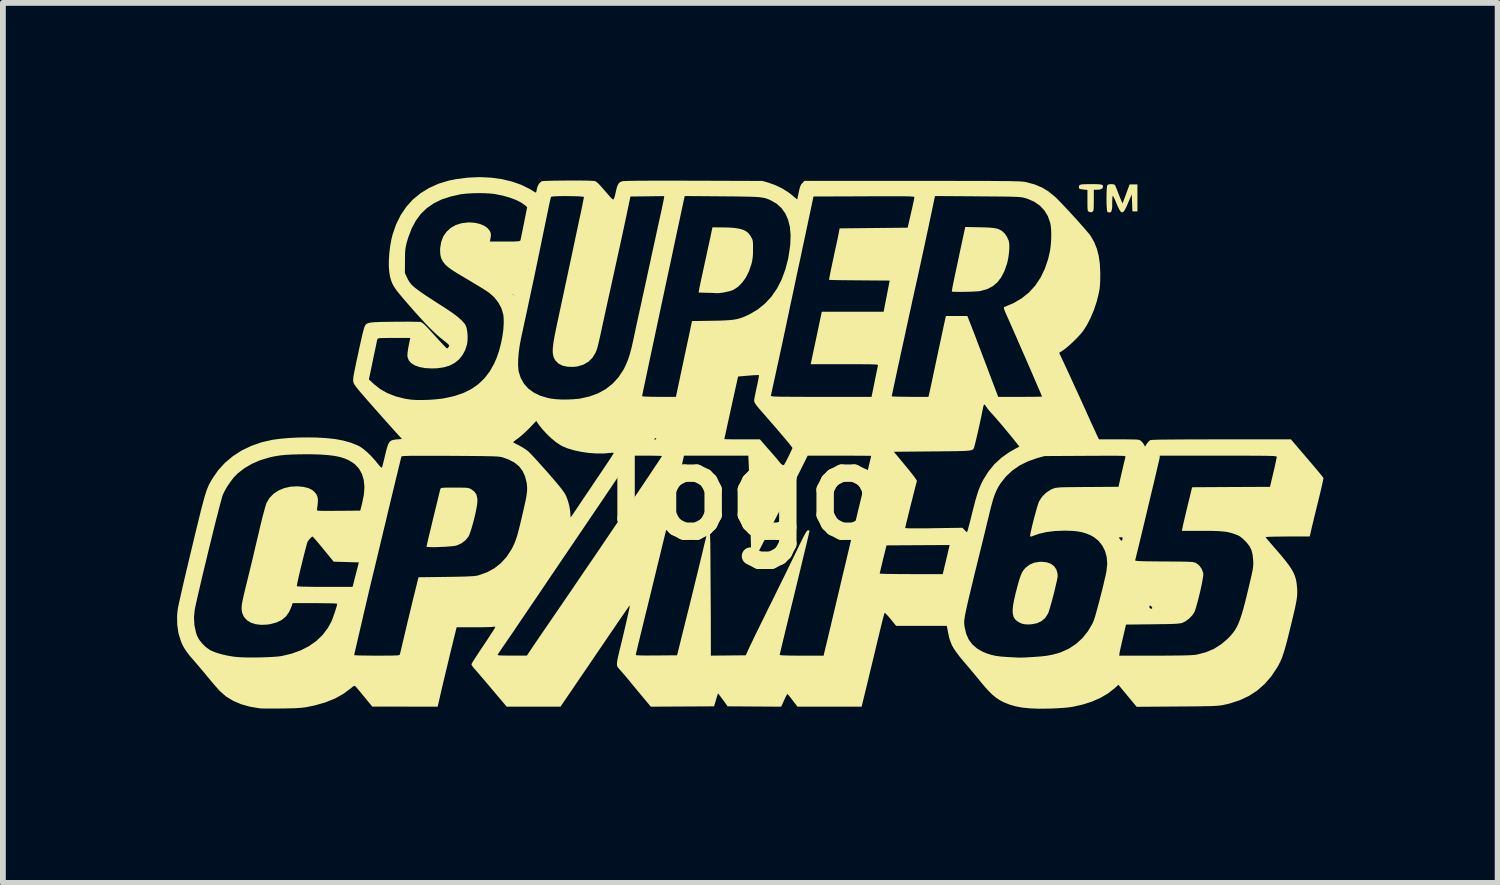
<source format=kicad_pcb>
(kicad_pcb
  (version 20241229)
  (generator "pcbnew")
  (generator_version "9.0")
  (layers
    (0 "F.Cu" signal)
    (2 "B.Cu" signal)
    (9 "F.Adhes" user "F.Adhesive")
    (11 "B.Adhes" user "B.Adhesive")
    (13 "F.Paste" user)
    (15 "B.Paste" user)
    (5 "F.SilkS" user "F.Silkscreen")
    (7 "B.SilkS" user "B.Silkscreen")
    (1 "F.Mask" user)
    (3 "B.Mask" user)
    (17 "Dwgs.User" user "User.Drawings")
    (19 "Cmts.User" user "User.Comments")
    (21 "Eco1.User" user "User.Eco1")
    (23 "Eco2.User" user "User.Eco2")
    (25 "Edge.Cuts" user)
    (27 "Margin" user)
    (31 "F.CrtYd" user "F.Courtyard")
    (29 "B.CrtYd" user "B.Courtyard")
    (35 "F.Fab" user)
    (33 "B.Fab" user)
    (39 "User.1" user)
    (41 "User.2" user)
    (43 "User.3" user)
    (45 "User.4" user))
  (footprint "logo"
    (layer "F.Cu")
    (at 9.803 5.42)
    (property "Reference" "logo" (at 0 0 0) (layer "F.SilkS") (effects (font (size 1.5 1.5) (thickness 0.3))))
    (attr board_only exclude_from_pos_files exclude_from_bom)
    (fp_poly (pts (xy 6.011 -5.299) (xy 6.066 -5.297) (xy 6.104 -5.293) (xy 6.127 -5.286) (xy 6.138 -5.276) (xy 6.142 -5.261) (xy 6.142 -5.256) (xy 6.133 -5.227) (xy 6.102 -5.209) (xy 6.051 -5.202) (xy 6.039 -5.202) (xy 5.984 -5.202) (xy 5.984 -5.019) (xy 5.983 -4.949) (xy 5.982 -4.898) (xy 5.98 -4.865) (xy 5.976 -4.844) (xy 5.97 -4.832) (xy 5.961 -4.825) (xy 5.96 -4.824) (xy 5.942 -4.815) (xy 5.929 -4.814) (xy 5.908 -4.821) (xy 5.901 -4.824) (xy 5.891 -4.829) (xy 5.883 -4.837) (xy 5.878 -4.853) (xy 5.876 -4.879) (xy 5.874 -4.919) (xy 5.874 -4.979) (xy 5.874 -5.017) (xy 5.874 -5.199) (xy 5.8 -5.207) (xy 5.76 -5.213) (xy 5.738 -5.219) (xy 5.729 -5.23) (xy 5.727 -5.248) (xy 5.727 -5.25) (xy 5.729 -5.268) (xy 5.737 -5.281) (xy 5.753 -5.29) (xy 5.783 -5.295) (xy 5.828 -5.298) (xy 5.892 -5.299) (xy 5.935 -5.299)) (stroke (width 0) (type solid)) (fill yes) (layer "F.SilkS"))
    (fp_poly (pts (xy 4.013 -4.556) (xy 4.112 -4.554) (xy 4.191 -4.55) (xy 4.253 -4.544) (xy 4.302 -4.536) (xy 4.341 -4.525) (xy 4.374 -4.509) (xy 4.402 -4.492) (xy 4.448 -4.45) (xy 4.488 -4.392) (xy 4.516 -4.329) (xy 4.52 -4.317) (xy 4.528 -4.264) (xy 4.529 -4.195) (xy 4.523 -4.116) (xy 4.512 -4.034) (xy 4.496 -3.955) (xy 4.488 -3.926) (xy 4.443 -3.799) (xy 4.388 -3.693) (xy 4.322 -3.607) (xy 4.243 -3.541) (xy 4.152 -3.493) (xy 4.045 -3.462) (xy 4.015 -3.456) (xy 3.982 -3.453) (xy 3.933 -3.45) (xy 3.874 -3.447) (xy 3.808 -3.445) (xy 3.74 -3.444) (xy 3.676 -3.443) (xy 3.619 -3.444) (xy 3.574 -3.445) (xy 3.546 -3.448) (xy 3.54 -3.449) (xy 3.539 -3.455) (xy 3.541 -3.47) (xy 3.545 -3.496) (xy 3.552 -3.534) (xy 3.562 -3.586) (xy 3.576 -3.653) (xy 3.593 -3.736) (xy 3.615 -3.838) (xy 3.641 -3.959) (xy 3.671 -4.101) (xy 3.704 -4.256) (xy 3.77 -4.561)) (stroke (width 0) (type solid)) (fill yes) (layer "F.SilkS"))
    (fp_poly (pts (xy 5.17 1.213) (xy 5.244 1.239) (xy 5.3 1.281) (xy 5.339 1.338) (xy 5.359 1.41) (xy 5.361 1.449) (xy 5.358 1.477) (xy 5.349 1.524) (xy 5.335 1.586) (xy 5.318 1.659) (xy 5.299 1.738) (xy 5.278 1.818) (xy 5.257 1.897) (xy 5.237 1.969) (xy 5.219 2.029) (xy 5.204 2.075) (xy 5.195 2.097) (xy 5.147 2.171) (xy 5.084 2.226) (xy 5.005 2.263) (xy 4.91 2.281) (xy 4.854 2.284) (xy 4.797 2.281) (xy 4.752 2.272) (xy 4.708 2.254) (xy 4.707 2.253) (xy 4.66 2.225) (xy 4.625 2.191) (xy 4.601 2.149) (xy 4.588 2.097) (xy 4.586 2.033) (xy 4.594 1.953) (xy 4.612 1.855) (xy 4.639 1.738) (xy 4.644 1.722) (xy 4.67 1.619) (xy 4.693 1.538) (xy 4.714 1.473) (xy 4.733 1.422) (xy 4.752 1.382) (xy 4.773 1.35) (xy 4.796 1.321) (xy 4.811 1.306) (xy 4.88 1.253) (xy 4.96 1.219) (xy 5.054 1.205) (xy 5.081 1.204)) (stroke (width 0) (type solid)) (fill yes) (layer "F.SilkS"))
    (fp_poly (pts (xy -0.429 -4.554) (xy -0.307 -4.552) (xy -0.206 -4.545) (xy -0.124 -4.532) (xy -0.058 -4.514) (xy -0.006 -4.488) (xy 0.036 -4.454) (xy 0.069 -4.411) (xy 0.078 -4.396) (xy 0.094 -4.367) (xy 0.105 -4.343) (xy 0.111 -4.316) (xy 0.114 -4.283) (xy 0.115 -4.236) (xy 0.115 -4.176) (xy 0.114 -4.096) (xy 0.109 -4.032) (xy 0.1 -3.974) (xy 0.087 -3.921) (xy 0.046 -3.8) (xy -0.007 -3.693) (xy -0.072 -3.602) (xy -0.145 -3.529) (xy -0.225 -3.478) (xy -0.232 -3.475) (xy -0.276 -3.459) (xy -0.334 -3.445) (xy -0.396 -3.432) (xy -0.456 -3.424) (xy -0.505 -3.421) (xy -0.525 -3.422) (xy -0.544 -3.423) (xy -0.582 -3.425) (xy -0.633 -3.427) (xy -0.682 -3.428) (xy -0.821 -3.432) (xy -0.813 -3.484) (xy -0.808 -3.514) (xy -0.798 -3.562) (xy -0.785 -3.623) (xy -0.771 -3.69) (xy -0.763 -3.725) (xy -0.75 -3.784) (xy -0.734 -3.857) (xy -0.716 -3.941) (xy -0.696 -4.031) (xy -0.676 -4.124) (xy -0.657 -4.215) (xy -0.638 -4.301) (xy -0.621 -4.379) (xy -0.607 -4.444) (xy -0.597 -4.493) (xy -0.591 -4.521) (xy -0.584 -4.555)) (stroke (width 0) (type solid)) (fill yes) (layer "F.SilkS"))
    (fp_poly (pts (xy 6.311 -5.298) (xy 6.339 -5.29) (xy 6.347 -5.285) (xy 6.356 -5.266) (xy 6.371 -5.231) (xy 6.387 -5.19) (xy 6.408 -5.135) (xy 6.432 -5.075) (xy 6.447 -5.039) (xy 6.479 -4.967) (xy 6.54 -5.131) (xy 6.6 -5.294) (xy 6.668 -5.294) (xy 6.735 -5.294) (xy 6.735 -5.062) (xy 6.735 -4.83) (xy 6.692 -4.83) (xy 6.649 -4.83) (xy 6.643 -4.976) (xy 6.637 -5.123) (xy 6.575 -4.977) (xy 6.542 -4.901) (xy 6.514 -4.849) (xy 6.49 -4.819) (xy 6.467 -4.812) (xy 6.445 -4.827) (xy 6.421 -4.865) (xy 6.392 -4.925) (xy 6.378 -4.958) (xy 6.356 -5.011) (xy 6.336 -5.055) (xy 6.32 -5.085) (xy 6.313 -5.097) (xy 6.307 -5.092) (xy 6.303 -5.063) (xy 6.301 -5.012) (xy 6.301 -4.975) (xy 6.3 -4.904) (xy 6.294 -4.854) (xy 6.283 -4.824) (xy 6.265 -4.811) (xy 6.24 -4.812) (xy 6.219 -4.819) (xy 6.213 -4.833) (xy 6.209 -4.867) (xy 6.205 -4.916) (xy 6.203 -4.975) (xy 6.202 -5.039) (xy 6.203 -5.105) (xy 6.204 -5.167) (xy 6.207 -5.22) (xy 6.211 -5.26) (xy 6.217 -5.283) (xy 6.218 -5.285) (xy 6.241 -5.295) (xy 6.275 -5.299)) (stroke (width 0) (type solid)) (fill yes) (layer "F.SilkS"))
    (fp_poly (pts (xy -4.944 -0.073) (xy -4.882 -0.072) (xy -4.837 -0.071) (xy -4.804 -0.068) (xy -4.78 -0.063) (xy -4.76 -0.056) (xy -4.74 -0.046) (xy -4.738 -0.045) (xy -4.684 -0.005) (xy -4.649 0.047) (xy -4.632 0.114) (xy -4.632 0.177) (xy -4.638 0.228) (xy -4.65 0.294) (xy -4.665 0.37) (xy -4.684 0.451) (xy -4.705 0.532) (xy -4.727 0.61) (xy -4.748 0.677) (xy -4.767 0.731) (xy -4.783 0.767) (xy -4.784 0.769) (xy -4.838 0.835) (xy -4.909 0.888) (xy -4.986 0.923) (xy -5.017 0.93) (xy -5.064 0.936) (xy -5.123 0.941) (xy -5.189 0.946) (xy -5.258 0.949) (xy -5.327 0.952) (xy -5.39 0.953) (xy -5.443 0.952) (xy -5.483 0.95) (xy -5.505 0.946) (xy -5.507 0.943) (xy -5.505 0.929) (xy -5.497 0.893) (xy -5.485 0.84) (xy -5.469 0.773) (xy -5.45 0.694) (xy -5.429 0.607) (xy -5.407 0.514) (xy -5.384 0.419) (xy -5.361 0.325) (xy -5.339 0.235) (xy -5.319 0.151) (xy -5.301 0.078) (xy -5.286 0.017) (xy -5.275 -0.027) (xy -5.268 -0.052) (xy -5.268 -0.052) (xy -5.264 -0.059) (xy -5.254 -0.065) (xy -5.236 -0.069) (xy -5.206 -0.071) (xy -5.161 -0.073) (xy -5.098 -0.073) (xy -5.026 -0.073)) (stroke (width 0) (type solid)) (fill yes) (layer "F.SilkS"))
    (fp_poly (pts (xy -4.402 -5.411) (xy -4.215 -5.386) (xy -4.038 -5.344) (xy -3.875 -5.287) (xy -3.728 -5.214) (xy -3.687 -5.189) (xy -3.655 -5.169) (xy -3.631 -5.156) (xy -3.624 -5.153) (xy -3.618 -5.164) (xy -3.612 -5.191) (xy -3.61 -5.206) (xy -3.594 -5.263) (xy -3.568 -5.31) (xy -3.535 -5.342) (xy -3.522 -5.349) (xy -3.503 -5.352) (xy -3.463 -5.354) (xy -3.406 -5.356) (xy -3.334 -5.358) (xy -3.252 -5.359) (xy -3.163 -5.36) (xy -3.07 -5.361) (xy -2.977 -5.361) (xy -2.888 -5.361) (xy -2.805 -5.36) (xy -2.733 -5.359) (xy -2.674 -5.357) (xy -2.633 -5.355) (xy -2.615 -5.353) (xy -2.592 -5.344) (xy -2.565 -5.324) (xy -2.53 -5.29) (xy -2.484 -5.239) (xy -2.476 -5.23) (xy -2.433 -5.18) (xy -2.392 -5.133) (xy -2.358 -5.094) (xy -2.336 -5.069) (xy -2.308 -5.042) (xy -2.29 -5.035) (xy -2.285 -5.038) (xy -2.277 -5.055) (xy -2.266 -5.089) (xy -2.255 -5.136) (xy -2.249 -5.162) (xy -2.233 -5.232) (xy -2.216 -5.281) (xy -2.197 -5.314) (xy -2.172 -5.335) (xy -2.139 -5.348) (xy -2.137 -5.349) (xy -2.118 -5.351) (xy -2.078 -5.353) (xy -2.019 -5.355) (xy -1.938 -5.356) (xy -1.836 -5.358) (xy -1.713 -5.358) (xy -1.567 -5.359) (xy -1.398 -5.359) (xy -1.206 -5.359) (xy -0.991 -5.358) (xy -0.907 -5.358) (xy 0.275 -5.354) (xy 0.372 -5.327) (xy 0.494 -5.284) (xy 0.613 -5.227) (xy 0.723 -5.159) (xy 0.783 -5.113) (xy 0.876 -5.034) (xy 0.902 -5.157) (xy 0.915 -5.217) (xy 0.928 -5.259) (xy 0.941 -5.288) (xy 0.958 -5.311) (xy 0.965 -5.318) (xy 1.002 -5.355) (xy 2.861 -5.355) (xy 3.111 -5.355) (xy 3.337 -5.355) (xy 3.542 -5.355) (xy 3.726 -5.354) (xy 3.89 -5.354) (xy 4.036 -5.354) (xy 4.165 -5.354) (xy 4.277 -5.353) (xy 4.375 -5.352) (xy 4.46 -5.352) (xy 4.532 -5.351) (xy 4.593 -5.349) (xy 4.643 -5.348) (xy 4.686 -5.347) (xy 4.72 -5.345) (xy 4.748 -5.343) (xy 4.772 -5.341) (xy 4.791 -5.338) (xy 4.807 -5.336) (xy 4.822 -5.333) (xy 4.824 -5.332) (xy 4.965 -5.294) (xy 5.091 -5.241) (xy 5.205 -5.172) (xy 5.314 -5.083) (xy 5.335 -5.063) (xy 5.382 -5.016) (xy 5.438 -4.958) (xy 5.501 -4.891) (xy 5.569 -4.819) (xy 5.637 -4.744) (xy 5.705 -4.67) (xy 5.768 -4.598) (xy 5.826 -4.533) (xy 5.873 -4.477) (xy 5.91 -4.433) (xy 5.931 -4.405) (xy 5.99 -4.301) (xy 6.036 -4.188) (xy 6.068 -4.064) (xy 6.088 -3.924) (xy 6.095 -3.766) (xy 6.095 -3.737) (xy 6.094 -3.642) (xy 6.09 -3.564) (xy 6.083 -3.495) (xy 6.071 -3.428) (xy 6.07 -3.424) (xy 6.034 -3.277) (xy 5.986 -3.132) (xy 5.928 -2.995) (xy 5.864 -2.871) (xy 5.8 -2.771) (xy 5.754 -2.715) (xy 5.696 -2.651) (xy 5.63 -2.586) (xy 5.564 -2.525) (xy 5.502 -2.473) (xy 5.457 -2.439) (xy 5.387 -2.394) (xy 5.483 -2.189) (xy 5.537 -2.072) (xy 5.593 -1.951) (xy 5.648 -1.83) (xy 5.702 -1.714) (xy 5.751 -1.606) (xy 5.794 -1.511) (xy 5.829 -1.435) (xy 5.864 -1.356) (xy 5.902 -1.273) (xy 5.939 -1.19) (xy 5.975 -1.112) (xy 6.007 -1.043) (xy 6.032 -0.988) (xy 6.044 -0.962) (xy 6.072 -0.904) (xy 6.417 -0.904) (xy 6.518 -0.904) (xy 6.597 -0.903) (xy 6.658 -0.902) (xy 6.704 -0.901) (xy 6.736 -0.899) (xy 6.759 -0.895) (xy 6.774 -0.891) (xy 6.786 -0.884) (xy 6.794 -0.878) (xy 6.824 -0.848) (xy 6.846 -0.816) (xy 6.865 -0.779) (xy 6.896 -0.828) (xy 6.922 -0.861) (xy 6.948 -0.885) (xy 6.957 -0.89) (xy 6.972 -0.893) (xy 7.007 -0.895) (xy 7.061 -0.897) (xy 7.135 -0.899) (xy 7.23 -0.9) (xy 7.347 -0.901) (xy 7.485 -0.902) (xy 7.646 -0.903) (xy 7.83 -0.903) (xy 8.038 -0.904) (xy 8.182 -0.904) (xy 9.378 -0.904) (xy 9.656 -0.579) (xy 9.721 -0.503) (xy 9.781 -0.432) (xy 9.834 -0.369) (xy 9.878 -0.316) (xy 9.911 -0.275) (xy 9.932 -0.248) (xy 9.938 -0.238) (xy 9.936 -0.222) (xy 9.929 -0.186) (xy 9.917 -0.132) (xy 9.902 -0.063) (xy 9.883 0.017) (xy 9.861 0.106) (xy 9.851 0.149) (xy 9.826 0.248) (xy 9.803 0.345) (xy 9.78 0.437) (xy 9.761 0.518) (xy 9.744 0.586) (xy 9.733 0.635) (xy 9.731 0.644) (xy 9.702 0.769) (xy 9.319 0.769) (xy 9.225 0.77) (xy 9.14 0.771) (xy 9.066 0.772) (xy 9.007 0.774) (xy 8.965 0.776) (xy 8.943 0.779) (xy 8.941 0.78) (xy 8.95 0.792) (xy 8.972 0.819) (xy 9.007 0.86) (xy 9.05 0.91) (xy 9.1 0.968) (xy 9.128 1) (xy 9.215 1.101) (xy 9.286 1.188) (xy 9.343 1.263) (xy 9.388 1.33) (xy 9.422 1.391) (xy 9.447 1.45) (xy 9.465 1.509) (xy 9.476 1.571) (xy 9.483 1.64) (xy 9.485 1.657) (xy 9.487 1.699) (xy 9.487 1.739) (xy 9.485 1.78) (xy 9.481 1.826) (xy 9.473 1.878) (xy 9.461 1.94) (xy 9.446 2.014) (xy 9.425 2.103) (xy 9.4 2.209) (xy 9.369 2.336) (xy 9.364 2.356) (xy 9.332 2.486) (xy 9.304 2.596) (xy 9.279 2.687) (xy 9.256 2.764) (xy 9.234 2.83) (xy 9.212 2.886) (xy 9.189 2.937) (xy 9.164 2.986) (xy 9.14 3.028) (xy 9.039 3.179) (xy 8.925 3.31) (xy 8.798 3.422) (xy 8.655 3.515) (xy 8.497 3.589) (xy 8.322 3.646) (xy 8.211 3.671) (xy 8.184 3.676) (xy 8.155 3.68) (xy 8.12 3.683) (xy 8.078 3.686) (xy 8.026 3.689) (xy 7.962 3.691) (xy 7.885 3.692) (xy 7.791 3.694) (xy 7.68 3.695) (xy 7.548 3.696) (xy 7.411 3.697) (xy 6.721 3.702) (xy 6.564 3.512) (xy 6.407 3.323) (xy 6.342 3.383) (xy 6.23 3.47) (xy 6.1 3.547) (xy 5.953 3.612) (xy 5.793 3.663) (xy 5.625 3.701) (xy 5.55 3.712) (xy 5.501 3.717) (xy 5.434 3.722) (xy 5.356 3.727) (xy 5.273 3.731) (xy 5.208 3.733) (xy 5.037 3.735) (xy 4.888 3.729) (xy 4.755 3.716) (xy 4.637 3.694) (xy 4.53 3.663) (xy 4.431 3.623) (xy 4.413 3.614) (xy 4.35 3.579) (xy 4.291 3.538) (xy 4.231 3.488) (xy 4.168 3.425) (xy 4.097 3.346) (xy 4.038 3.275) (xy 3.987 3.213) (xy 3.926 3.139) (xy 3.86 3.06) (xy 3.795 2.983) (xy 3.75 2.931) (xy 3.678 2.844) (xy 3.621 2.77) (xy 3.576 2.705) (xy 3.542 2.645) (xy 3.517 2.585) (xy 3.496 2.522) (xy 3.48 2.451) (xy 3.477 2.438) (xy 3.452 2.308) (xy 3.015 2.308) (xy 2.579 2.308) (xy 2.54 2.26) (xy 3.752 2.26) (xy 3.753 2.28) (xy 3.755 2.3) (xy 3.758 2.32) (xy 3.759 2.329) (xy 3.786 2.445) (xy 3.83 2.545) (xy 3.893 2.629) (xy 3.975 2.699) (xy 4.059 2.748) (xy 4.136 2.781) (xy 4.213 2.806) (xy 4.295 2.825) (xy 4.389 2.837) (xy 4.5 2.845) (xy 4.564 2.848) (xy 4.621 2.851) (xy 4.665 2.854) (xy 4.692 2.855) (xy 4.695 2.855) (xy 4.715 2.855) (xy 4.755 2.854) (xy 4.81 2.852) (xy 4.875 2.848) (xy 4.927 2.845) (xy 5.056 2.836) (xy 5.165 2.824) (xy 5.182 2.821) (xy 6.421 2.821) (xy 7.037 2.821) (xy 7.185 2.821) (xy 7.311 2.82) (xy 7.417 2.819) (xy 7.504 2.818) (xy 7.577 2.816) (xy 7.635 2.814) (xy 7.682 2.811) (xy 7.72 2.808) (xy 7.752 2.804) (xy 7.758 2.803) (xy 7.91 2.764) (xy 8.051 2.705) (xy 8.179 2.624) (xy 8.291 2.528) (xy 8.33 2.488) (xy 8.365 2.448) (xy 8.396 2.408) (xy 8.425 2.364) (xy 8.452 2.315) (xy 8.478 2.259) (xy 8.503 2.193) (xy 8.528 2.117) (xy 8.555 2.027) (xy 8.583 1.922) (xy 8.614 1.8) (xy 8.648 1.659) (xy 8.686 1.497) (xy 8.703 1.423) (xy 8.718 1.35) (xy 8.727 1.291) (xy 8.73 1.235) (xy 8.728 1.178) (xy 8.719 1.085) (xy 8.7 1.008) (xy 8.668 0.941) (xy 8.62 0.878) (xy 8.586 0.842) (xy 8.541 0.799) (xy 8.503 0.77) (xy 8.463 0.748) (xy 8.414 0.729) (xy 8.366 0.713) (xy 8.319 0.7) (xy 8.27 0.69) (xy 8.215 0.683) (xy 8.151 0.678) (xy 8.075 0.674) (xy 7.982 0.672) (xy 7.869 0.672) (xy 7.832 0.672) (xy 7.501 0.672) (xy 7.512 0.614) (xy 7.518 0.582) (xy 7.53 0.53) (xy 7.547 0.458) (xy 7.569 0.365) (xy 7.596 0.25) (xy 7.63 0.113) (xy 7.656 0.006) (xy 7.676 -0.079) (xy 8.347 -0.083) (xy 9.018 -0.086) (xy 9.076 -0.333) (xy 9.094 -0.408) (xy 9.109 -0.476) (xy 9.121 -0.534) (xy 9.13 -0.576) (xy 9.134 -0.599) (xy 9.134 -0.601) (xy 9.133 -0.605) (xy 9.129 -0.609) (xy 9.12 -0.611) (xy 9.106 -0.614) (xy 9.083 -0.616) (xy 9.051 -0.618) (xy 9.008 -0.619) (xy 8.954 -0.62) (xy 8.885 -0.621) (xy 8.8 -0.622) (xy 8.699 -0.622) (xy 8.579 -0.623) (xy 8.44 -0.623) (xy 8.278 -0.623) (xy 8.127 -0.623) (xy 7.119 -0.623) (xy 7.119 -0.597) (xy 7.117 -0.583) (xy 7.109 -0.547) (xy 7.096 -0.492) (xy 7.079 -0.42) (xy 7.059 -0.333) (xy 7.036 -0.234) (xy 7.01 -0.125) (xy 6.982 -0.009) (xy 6.953 0.114) (xy 6.923 0.239) (xy 6.893 0.366) (xy 6.863 0.491) (xy 6.834 0.612) (xy 6.806 0.728) (xy 6.78 0.835) (xy 6.757 0.932) (xy 6.736 1.016) (xy 6.719 1.085) (xy 6.707 1.137) (xy 6.698 1.169) (xy 6.697 1.175) (xy 6.697 1.18) (xy 6.701 1.184) (xy 6.712 1.187) (xy 6.733 1.19) (xy 6.764 1.192) (xy 6.808 1.194) (xy 6.868 1.196) (xy 6.945 1.197) (xy 7.041 1.198) (xy 7.159 1.199) (xy 7.195 1.199) (xy 7.319 1.2) (xy 7.422 1.201) (xy 7.504 1.202) (xy 7.57 1.203) (xy 7.621 1.205) (xy 7.659 1.207) (xy 7.688 1.21) (xy 7.709 1.214) (xy 7.725 1.218) (xy 7.738 1.224) (xy 7.751 1.23) (xy 7.801 1.27) (xy 7.841 1.326) (xy 7.866 1.392) (xy 7.869 1.41) (xy 7.869 1.438) (xy 7.862 1.485) (xy 7.851 1.547) (xy 7.837 1.619) (xy 7.819 1.699) (xy 7.8 1.78) (xy 7.78 1.86) (xy 7.76 1.934) (xy 7.742 1.998) (xy 7.726 2.047) (xy 7.715 2.073) (xy 7.677 2.13) (xy 7.623 2.185) (xy 7.562 2.23) (xy 7.513 2.254) (xy 7.495 2.26) (xy 7.474 2.264) (xy 7.446 2.268) (xy 7.409 2.271) (xy 7.361 2.274) (xy 7.299 2.276) (xy 7.22 2.278) (xy 7.122 2.279) (xy 7.002 2.281) (xy 6.996 2.281) (xy 6.538 2.286) (xy 6.485 2.514) (xy 6.467 2.588) (xy 6.452 2.656) (xy 6.439 2.714) (xy 6.43 2.757) (xy 6.426 2.781) (xy 6.421 2.821) (xy 5.182 2.821) (xy 5.26 2.807) (xy 5.347 2.785) (xy 5.416 2.763) (xy 5.552 2.702) (xy 5.676 2.62) (xy 5.787 2.52) (xy 5.881 2.403) (xy 5.958 2.273) (xy 5.981 2.221) (xy 5.992 2.188) (xy 6.009 2.136) (xy 6.028 2.067) (xy 6.051 1.985) (xy 6.054 1.972) (xy 6.941 1.972) (xy 6.942 1.993) (xy 6.956 2.009) (xy 6.975 2.014) (xy 6.99 2.004) (xy 6.987 1.989) (xy 6.973 1.972) (xy 6.955 1.958) (xy 6.946 1.96) (xy 6.941 1.972) (xy 6.054 1.972) (xy 6.075 1.895) (xy 6.099 1.8) (xy 6.124 1.704) (xy 6.147 1.611) (xy 6.167 1.524) (xy 6.185 1.448) (xy 6.198 1.385) (xy 6.202 1.362) (xy 6.215 1.24) (xy 6.206 1.125) (xy 6.177 1.019) (xy 6.13 0.925) (xy 6.064 0.843) (xy 5.997 0.79) (xy 6.418 0.79) (xy 6.43 0.811) (xy 6.43 0.812) (xy 6.45 0.835) (xy 6.465 0.843) (xy 6.472 0.833) (xy 6.472 0.831) (xy 6.476 0.811) (xy 6.48 0.801) (xy 6.479 0.787) (xy 6.462 0.782) (xy 6.449 0.782) (xy 6.423 0.783) (xy 6.418 0.79) (xy 5.997 0.79) (xy 5.982 0.778) (xy 5.924 0.746) (xy 5.852 0.717) (xy 5.779 0.695) (xy 5.7 0.681) (xy 5.609 0.672) (xy 5.501 0.669) (xy 5.471 0.669) (xy 5.311 0.675) (xy 5.167 0.693) (xy 5.041 0.722) (xy 4.959 0.751) (xy 4.919 0.766) (xy 4.897 0.771) (xy 4.887 0.765) (xy 4.887 0.763) (xy 4.888 0.744) (xy 4.895 0.704) (xy 4.907 0.65) (xy 4.922 0.584) (xy 4.94 0.512) (xy 4.96 0.436) (xy 4.98 0.362) (xy 4.999 0.293) (xy 5.017 0.233) (xy 5.032 0.187) (xy 5.044 0.159) (xy 5.044 0.159) (xy 5.094 0.083) (xy 5.161 0.016) (xy 5.238 -0.035) (xy 5.27 -0.05) (xy 5.288 -0.057) (xy 5.305 -0.063) (xy 5.324 -0.068) (xy 5.346 -0.071) (xy 5.376 -0.074) (xy 5.414 -0.077) (xy 5.464 -0.079) (xy 5.527 -0.08) (xy 5.607 -0.081) (xy 5.706 -0.082) (xy 5.825 -0.083) (xy 5.876 -0.083) (xy 6.409 -0.087) (xy 6.417 -0.126) (xy 6.424 -0.154) (xy 6.434 -0.199) (xy 6.447 -0.256) (xy 6.462 -0.321) (xy 6.478 -0.389) (xy 6.493 -0.455) (xy 6.507 -0.514) (xy 6.519 -0.561) (xy 6.526 -0.593) (xy 6.529 -0.602) (xy 6.529 -0.607) (xy 6.527 -0.611) (xy 6.519 -0.614) (xy 6.504 -0.617) (xy 6.481 -0.619) (xy 6.447 -0.62) (xy 6.401 -0.621) (xy 6.341 -0.622) (xy 6.265 -0.622) (xy 6.17 -0.622) (xy 6.057 -0.621) (xy 5.921 -0.621) (xy 5.835 -0.62) (xy 5.135 -0.616) (xy 5.015 -0.583) (xy 4.854 -0.527) (xy 4.71 -0.456) (xy 4.582 -0.368) (xy 4.47 -0.263) (xy 4.384 -0.155) (xy 4.343 -0.092) (xy 4.308 -0.025) (xy 4.276 0.051) (xy 4.246 0.14) (xy 4.217 0.247) (xy 4.2 0.314) (xy 4.184 0.379) (xy 4.164 0.463) (xy 4.14 0.56) (xy 4.115 0.665) (xy 4.088 0.774) (xy 4.062 0.882) (xy 4.055 0.91) (xy 4.005 1.112) (xy 3.961 1.291) (xy 3.922 1.45) (xy 3.889 1.589) (xy 3.859 1.711) (xy 3.834 1.816) (xy 3.813 1.906) (xy 3.796 1.982) (xy 3.782 2.047) (xy 3.771 2.1) (xy 3.763 2.145) (xy 3.757 2.182) (xy 3.753 2.212) (xy 3.752 2.237) (xy 3.752 2.26) (xy 2.54 2.26) (xy 2.484 2.191) (xy 2.448 2.148) (xy 2.416 2.113) (xy 2.393 2.091) (xy 2.381 2.084) (xy 2.381 2.085) (xy 2.376 2.099) (xy 2.366 2.133) (xy 2.352 2.185) (xy 2.335 2.252) (xy 2.316 2.33) (xy 2.295 2.416) (xy 2.292 2.43) (xy 2.269 2.524) (xy 2.242 2.636) (xy 2.213 2.76) (xy 2.181 2.891) (xy 2.149 3.024) (xy 2.118 3.151) (xy 2.099 3.233) (xy 1.985 3.7) (xy 1.433 3.7) (xy 0.881 3.7) (xy 0.797 3.591) (xy 0.764 3.547) (xy 0.735 3.512) (xy 0.715 3.488) (xy 0.707 3.481) (xy 0.699 3.491) (xy 0.684 3.519) (xy 0.664 3.559) (xy 0.65 3.59) (xy 0.6 3.7) (xy 0.139 3.697) (xy -0.322 3.694) (xy -0.405 3.579) (xy -0.438 3.535) (xy -0.465 3.499) (xy -0.483 3.476) (xy -0.489 3.47) (xy -0.493 3.482) (xy -0.502 3.513) (xy -0.515 3.557) (xy -0.523 3.584) (xy -0.556 3.694) (xy -1.1 3.697) (xy -1.645 3.7) (xy -1.785 3.532) (xy -1.838 3.468) (xy -1.895 3.4) (xy -1.949 3.335) (xy -1.995 3.279) (xy -2.015 3.254) (xy -2.059 3.201) (xy -2.106 3.146) (xy -2.149 3.096) (xy -2.171 3.071) (xy -2.191 3.049) (xy -2.207 3.031) (xy -2.219 3.013) (xy -2.226 2.993) (xy -2.229 2.968) (xy -2.227 2.936) (xy -2.22 2.893) (xy -2.209 2.837) (xy -2.202 2.809) (xy -1.905 2.809) (xy -1.893 2.813) (xy -1.858 2.816) (xy -1.8 2.818) (xy -1.717 2.819) (xy -1.611 2.818) (xy -1.549 2.818) (xy -1.193 2.815) (xy -1.017 2.106) (xy -0.981 1.965) (xy -0.945 1.818) (xy -0.909 1.672) (xy -0.874 1.528) (xy -0.84 1.391) (xy -0.81 1.265) (xy -0.783 1.154) (xy -0.76 1.06) (xy -0.752 1.026) (xy -0.727 0.919) (xy -0.706 0.835) (xy -0.69 0.769) (xy -0.676 0.721) (xy -0.665 0.688) (xy -0.657 0.667) (xy -0.649 0.656) (xy -0.643 0.653) (xy -0.638 0.655) (xy -0.634 0.66) (xy -0.631 0.671) (xy -0.628 0.69) (xy -0.626 0.719) (xy -0.624 0.76) (xy -0.623 0.814) (xy -0.621 0.884) (xy -0.62 0.971) (xy -0.619 1.079) (xy -0.618 1.207) (xy -0.618 1.276) (xy -0.617 1.418) (xy -0.616 1.57) (xy -0.615 1.727) (xy -0.614 1.884) (xy -0.613 2.034) (xy -0.612 2.174) (xy -0.612 2.297) (xy -0.612 2.36) (xy -0.611 2.821) (xy -0.31 2.818) (xy -0.01 2.815) (xy 0.054 2.674) (xy 0.072 2.636) (xy 0.1 2.579) (xy 0.135 2.505) (xy 0.178 2.417) (xy 0.227 2.318) (xy 0.28 2.21) (xy 0.336 2.096) (xy 0.393 1.979) (xy 0.415 1.936) (xy 0.478 1.809) (xy 0.542 1.678) (xy 0.607 1.546) (xy 0.671 1.417) (xy 0.73 1.294) (xy 0.785 1.182) (xy 0.833 1.084) (xy 0.871 1.004) (xy 0.873 1.001) (xy 0.92 0.903) (xy 0.959 0.825) (xy 0.989 0.765) (xy 1.013 0.721) (xy 1.031 0.691) (xy 1.045 0.672) (xy 1.056 0.663) (xy 1.06 0.662) (xy 1.081 0.664) (xy 1.087 0.672) (xy 1.084 0.689) (xy 1.076 0.724) (xy 1.065 0.775) (xy 1.05 0.837) (xy 1.038 0.89) (xy 1.022 0.955) (xy 1.002 1.038) (xy 0.978 1.135) (xy 0.953 1.241) (xy 0.927 1.349) (xy 0.901 1.456) (xy 0.896 1.478) (xy 0.87 1.585) (xy 0.84 1.709) (xy 0.807 1.845) (xy 0.772 1.986) (xy 0.738 2.125) (xy 0.706 2.257) (xy 0.688 2.329) (xy 0.663 2.433) (xy 0.64 2.529) (xy 0.619 2.615) (xy 0.602 2.688) (xy 0.588 2.746) (xy 0.578 2.787) (xy 0.574 2.807) (xy 0.574 2.809) (xy 0.586 2.812) (xy 0.622 2.816) (xy 0.68 2.818) (xy 0.76 2.82) (xy 0.861 2.821) (xy 0.952 2.821) (xy 1.331 2.821) (xy 1.338 2.787) (xy 1.345 2.759) (xy 1.355 2.716) (xy 1.367 2.667) (xy 1.37 2.657) (xy 1.377 2.627) (xy 1.389 2.576) (xy 1.406 2.506) (xy 1.426 2.42) (xy 1.45 2.321) (xy 1.476 2.21) (xy 1.504 2.091) (xy 1.534 1.966) (xy 1.551 1.894) (xy 1.587 1.743) (xy 1.626 1.576) (xy 1.666 1.407) (xy 2.296 1.407) (xy 2.308 1.409) (xy 2.342 1.411) (xy 2.395 1.413) (xy 2.465 1.414) (xy 2.55 1.415) (xy 2.647 1.416) (xy 2.754 1.416) (xy 2.839 1.417) (xy 3.382 1.417) (xy 3.393 1.371) (xy 3.4 1.344) (xy 3.41 1.298) (xy 3.425 1.238) (xy 3.441 1.17) (xy 3.453 1.12) (xy 3.501 0.916) (xy 2.957 0.919) (xy 2.414 0.922) (xy 2.355 1.16) (xy 2.337 1.233) (xy 2.322 1.298) (xy 2.309 1.351) (xy 2.3 1.388) (xy 2.296 1.406) (xy 2.296 1.407) (xy 1.666 1.407) (xy 1.668 1.4) (xy 1.711 1.22) (xy 1.753 1.042) (xy 1.793 0.873) (xy 1.831 0.716) (xy 1.856 0.611) (xy 1.91 0.384) (xy 1.959 0.182) (xy 2.002 0.003) (xy 2.039 -0.153) (xy 2.071 -0.287) (xy 2.097 -0.397) (xy 2.118 -0.485) (xy 2.134 -0.551) (xy 2.144 -0.595) (xy 2.149 -0.616) (xy 2.149 -0.619) (xy 2.137 -0.62) (xy 2.104 -0.621) (xy 2.05 -0.621) (xy 1.98 -0.622) (xy 1.895 -0.622) (xy 1.798 -0.623) (xy 1.691 -0.623) (xy 1.603 -0.623) (xy 1.056 -0.623) (xy 0.954 -0.418) (xy 0.929 -0.367) (xy 0.894 -0.298) (xy 0.85 -0.213) (xy 0.8 -0.114) (xy 0.744 -0.006) (xy 0.685 0.109) (xy 0.623 0.228) (xy 0.561 0.349) (xy 0.539 0.39) (xy 0.479 0.506) (xy 0.421 0.618) (xy 0.367 0.724) (xy 0.317 0.822) (xy 0.273 0.908) (xy 0.235 0.982) (xy 0.206 1.04) (xy 0.187 1.079) (xy 0.181 1.092) (xy 0.153 1.148) (xy 0.13 1.182) (xy 0.112 1.194) (xy 0.112 1.194) (xy 0.104 1.194) (xy 0.098 1.189) (xy 0.093 1.176) (xy 0.09 1.152) (xy 0.087 1.114) (xy 0.084 1.058) (xy 0.081 0.981) (xy 0.081 0.962) (xy 0.079 0.896) (xy 0.076 0.809) (xy 0.073 0.707) (xy 0.07 0.593) (xy 0.067 0.473) (xy 0.064 0.351) (xy 0.061 0.231) (xy 0.061 0.226) (xy 0.058 0.109) (xy 0.055 -0.007) (xy 0.052 -0.118) (xy 0.049 -0.222) (xy 0.046 -0.313) (xy 0.044 -0.388) (xy 0.042 -0.443) (xy 0.042 -0.449) (xy 0.034 -0.623) (xy -0.52 -0.623) (xy -1.074 -0.623) (xy -1.08 -0.595) (xy -1.086 -0.571) (xy -1.095 -0.531) (xy -1.106 -0.48) (xy -1.111 -0.458) (xy -1.119 -0.422) (xy -1.132 -0.365) (xy -1.15 -0.291) (xy -1.171 -0.204) (xy -1.195 -0.105) (xy -1.221 0.001) (xy -1.248 0.111) (xy -1.256 0.147) (xy -1.289 0.28) (xy -1.326 0.43) (xy -1.365 0.589) (xy -1.404 0.749) (xy -1.442 0.905) (xy -1.477 1.049) (xy -1.496 1.13) (xy -1.526 1.249) (xy -1.559 1.387) (xy -1.596 1.538) (xy -1.634 1.695) (xy -1.673 1.854) (xy -1.711 2.009) (xy -1.747 2.154) (xy -1.76 2.207) (xy -1.788 2.323) (xy -1.815 2.432) (xy -1.839 2.532) (xy -1.861 2.62) (xy -1.878 2.694) (xy -1.892 2.751) (xy -1.901 2.79) (xy -1.905 2.808) (xy -1.905 2.809) (xy -2.202 2.809) (xy -2.192 2.765) (xy -2.17 2.674) (xy -2.149 2.589) (xy -2.116 2.451) (xy -2.087 2.327) (xy -2.062 2.219) (xy -2.041 2.127) (xy -2.025 2.054) (xy -2.014 2) (xy -2.008 1.967) (xy -2.008 1.957) (xy -2.009 1.958) (xy -2.013 1.962) (xy -2.02 1.97) (xy -2.03 1.985) (xy -2.045 2.006) (xy -2.066 2.036) (xy -2.093 2.074) (xy -2.127 2.124) (xy -2.169 2.185) (xy -2.22 2.259) (xy -2.28 2.348) (xy -2.351 2.451) (xy -2.432 2.571) (xy -2.526 2.709) (xy -2.633 2.866) (xy -2.644 2.882) (xy -2.712 2.983) (xy -2.782 3.085) (xy -2.85 3.185) (xy -2.915 3.28) (xy -2.973 3.366) (xy -3.023 3.44) (xy -3.063 3.497) (xy -3.07 3.508) (xy -3.201 3.7) (xy -3.664 3.7) (xy -4.127 3.7) (xy -4.377 3.404) (xy -4.441 3.328) (xy -4.503 3.255) (xy -4.56 3.189) (xy -4.609 3.131) (xy -4.649 3.085) (xy -4.676 3.054) (xy -4.683 3.047) (xy -4.711 3.013) (xy -4.729 2.984) (xy -4.734 2.967) (xy -4.726 2.952) (xy -4.707 2.92) (xy -4.677 2.873) (xy -4.639 2.814) (xy -4.633 2.806) (xy -4.283 2.806) (xy -4.28 2.811) (xy -4.265 2.815) (xy -4.235 2.818) (xy -4.187 2.819) (xy -4.12 2.82) (xy -4.034 2.82) (xy -3.779 2.82) (xy -3.7 2.701) (xy -3.674 2.662) (xy -3.636 2.606) (xy -3.589 2.537) (xy -3.535 2.458) (xy -3.477 2.373) (xy -3.416 2.285) (xy -3.382 2.235) (xy -3.291 2.102) (xy -3.195 1.962) (xy -3.094 1.814) (xy -2.99 1.662) (xy -2.883 1.504) (xy -2.774 1.344) (xy -2.663 1.182) (xy -2.553 1.02) (xy -2.443 0.858) (xy -2.335 0.698) (xy -2.229 0.542) (xy -2.127 0.39) (xy -2.028 0.244) (xy -1.934 0.105) (xy -1.846 -0.025) (xy -1.765 -0.146) (xy -1.691 -0.256) (xy -1.626 -0.353) (xy -1.57 -0.438) (xy -1.523 -0.507) (xy -1.488 -0.561) (xy -1.465 -0.597) (xy -1.454 -0.615) (xy -1.453 -0.616) (xy -1.465 -0.618) (xy -1.497 -0.62) (xy -1.547 -0.621) (xy -1.61 -0.622) (xy -1.684 -0.623) (xy -1.709 -0.623) (xy -1.966 -0.623) (xy -2.163 -0.327) (xy -2.203 -0.266) (xy -2.255 -0.189) (xy -2.318 -0.095) (xy -2.39 0.011) (xy -2.468 0.127) (xy -2.552 0.251) (xy -2.64 0.381) (xy -2.73 0.513) (xy -2.82 0.647) (xy -2.881 0.736) (xy -2.975 0.875) (xy -3.073 1.02) (xy -3.174 1.168) (xy -3.274 1.317) (xy -3.373 1.462) (xy -3.467 1.601) (xy -3.554 1.73) (xy -3.633 1.847) (xy -3.701 1.947) (xy -3.725 1.982) (xy -3.795 2.086) (xy -3.865 2.189) (xy -3.933 2.289) (xy -3.996 2.383) (xy -4.054 2.468) (xy -4.104 2.54) (xy -4.143 2.597) (xy -4.163 2.626) (xy -4.201 2.682) (xy -4.235 2.732) (xy -4.262 2.772) (xy -4.279 2.798) (xy -4.283 2.806) (xy -4.633 2.806) (xy -4.594 2.746) (xy -4.544 2.671) (xy -4.532 2.653) (xy -4.481 2.577) (xy -4.435 2.507) (xy -4.395 2.445) (xy -4.362 2.395) (xy -4.339 2.358) (xy -4.328 2.339) (xy -4.327 2.337) (xy -4.325 2.324) (xy -4.336 2.321) (xy -4.359 2.324) (xy -4.382 2.327) (xy -4.426 2.329) (xy -4.486 2.33) (xy -4.559 2.332) (xy -4.641 2.332) (xy -4.694 2.332) (xy -4.989 2.332) (xy -5.023 2.47) (xy -5.04 2.537) (xy -5.061 2.624) (xy -5.086 2.726) (xy -5.113 2.838) (xy -5.141 2.956) (xy -5.17 3.076) (xy -5.198 3.193) (xy -5.224 3.302) (xy -5.247 3.4) (xy -5.266 3.481) (xy -5.276 3.526) (xy -5.316 3.7) (xy -5.879 3.699) (xy -6.442 3.698) (xy -6.582 3.528) (xy -6.628 3.472) (xy -6.669 3.422) (xy -6.703 3.382) (xy -6.727 3.355) (xy -6.737 3.344) (xy -6.752 3.341) (xy -6.776 3.354) (xy -6.809 3.381) (xy -6.937 3.477) (xy -7.083 3.559) (xy -7.25 3.626) (xy -7.436 3.679) (xy -7.547 3.702) (xy -7.597 3.711) (xy -7.647 3.717) (xy -7.702 3.722) (xy -7.765 3.726) (xy -7.841 3.728) (xy -7.935 3.73) (xy -8.011 3.731) (xy -8.1 3.732) (xy -8.182 3.732) (xy -8.255 3.732) (xy -8.315 3.731) (xy -8.357 3.73) (xy -8.377 3.729) (xy -8.549 3.7) (xy -8.702 3.657) (xy -8.837 3.599) (xy -8.956 3.527) (xy -9.059 3.439) (xy -9.068 3.429) (xy -9.101 3.393) (xy -9.145 3.343) (xy -9.196 3.285) (xy -9.248 3.222) (xy -9.282 3.181) (xy -9.336 3.115) (xy -9.395 3.046) (xy -9.451 2.979) (xy -9.501 2.921) (xy -9.523 2.896) (xy -9.59 2.818) (xy -9.641 2.751) (xy -9.682 2.689) (xy -9.715 2.626) (xy -9.738 2.571) (xy -9.78 2.435) (xy -9.801 2.287) (xy -9.803 2.162) (xy -9.512 2.162) (xy -9.505 2.295) (xy -9.478 2.423) (xy -9.462 2.472) (xy -9.426 2.542) (xy -9.372 2.611) (xy -9.307 2.674) (xy -9.237 2.724) (xy -9.215 2.735) (xy -9.14 2.766) (xy -9.047 2.795) (xy -8.944 2.819) (xy -8.838 2.837) (xy -8.777 2.844) (xy -8.707 2.849) (xy -8.621 2.852) (xy -8.525 2.853) (xy -8.422 2.852) (xy -8.319 2.85) (xy -8.22 2.846) (xy -8.131 2.841) (xy -8.057 2.835) (xy -8.005 2.828) (xy -7.936 2.812) (xy -6.753 2.812) (xy -6.741 2.814) (xy -6.708 2.816) (xy -6.656 2.818) (xy -6.588 2.819) (xy -6.508 2.82) (xy -6.418 2.821) (xy -6.363 2.821) (xy -6.255 2.821) (xy -6.169 2.82) (xy -6.102 2.82) (xy -6.052 2.818) (xy -6.016 2.817) (xy -5.992 2.814) (xy -5.978 2.81) (xy -5.97 2.806) (xy -5.967 2.8) (xy -5.967 2.799) (xy -5.963 2.782) (xy -5.953 2.745) (xy -5.94 2.69) (xy -5.924 2.621) (xy -5.905 2.541) (xy -5.884 2.453) (xy -5.88 2.436) (xy -5.854 2.326) (xy -5.825 2.203) (xy -5.794 2.075) (xy -5.764 1.951) (xy -5.737 1.838) (xy -5.723 1.783) (xy -5.646 1.471) (xy -5.165 1.465) (xy -5.038 1.463) (xy -4.934 1.461) (xy -4.849 1.459) (xy -4.781 1.456) (xy -4.727 1.453) (xy -4.685 1.45) (xy -4.653 1.446) (xy -4.627 1.441) (xy -4.61 1.437) (xy -4.465 1.385) (xy -4.337 1.315) (xy -4.225 1.226) (xy -4.128 1.119) (xy -4.045 0.992) (xy -4.021 0.946) (xy -3.993 0.886) (xy -3.968 0.82) (xy -3.943 0.742) (xy -3.918 0.648) (xy -3.896 0.562) (xy -3.865 0.429) (xy -3.839 0.317) (xy -3.818 0.223) (xy -3.801 0.146) (xy -3.789 0.082) (xy -3.781 0.029) (xy -3.776 -0.015) (xy -3.775 -0.054) (xy -3.776 -0.089) (xy -3.779 -0.123) (xy -3.783 -0.154) (xy -3.81 -0.264) (xy -3.853 -0.358) (xy -3.913 -0.438) (xy -3.992 -0.503) (xy -4.092 -0.556) (xy -4.195 -0.593) (xy -4.211 -0.598) (xy -4.229 -0.601) (xy -4.253 -0.605) (xy -4.282 -0.607) (xy -4.319 -0.61) (xy -4.366 -0.612) (xy -4.425 -0.613) (xy -4.498 -0.615) (xy -4.586 -0.616) (xy -4.691 -0.617) (xy -4.816 -0.618) (xy -4.961 -0.619) (xy -5.102 -0.62) (xy -5.269 -0.62) (xy -5.414 -0.621) (xy -5.538 -0.621) (xy -5.642 -0.621) (xy -5.727 -0.621) (xy -5.795 -0.62) (xy -5.849 -0.618) (xy -5.888 -0.617) (xy -5.915 -0.615) (xy -5.932 -0.612) (xy -5.939 -0.609) (xy -5.94 -0.608) (xy -5.944 -0.592) (xy -5.954 -0.554) (xy -5.968 -0.496) (xy -5.986 -0.422) (xy -6.007 -0.334) (xy -6.032 -0.233) (xy -6.058 -0.122) (xy -6.087 -0.004) (xy -6.117 0.12) (xy -6.147 0.246) (xy -6.178 0.374) (xy -6.193 0.44) (xy -6.215 0.532) (xy -6.242 0.642) (xy -6.272 0.767) (xy -6.304 0.901) (xy -6.337 1.04) (xy -6.37 1.178) (xy -6.402 1.311) (xy -6.413 1.355) (xy -6.443 1.479) (xy -6.473 1.604) (xy -6.502 1.726) (xy -6.529 1.843) (xy -6.554 1.949) (xy -6.576 2.042) (xy -6.594 2.116) (xy -6.601 2.149) (xy -6.622 2.242) (xy -6.646 2.344) (xy -6.67 2.447) (xy -6.692 2.541) (xy -6.704 2.595) (xy -6.72 2.663) (xy -6.734 2.723) (xy -6.745 2.77) (xy -6.751 2.801) (xy -6.753 2.812) (xy -7.936 2.812) (xy -7.832 2.787) (xy -7.674 2.73) (xy -7.531 2.657) (xy -7.405 2.568) (xy -7.297 2.464) (xy -7.208 2.347) (xy -7.148 2.238) (xy -7.131 2.197) (xy -7.112 2.145) (xy -7.092 2.088) (xy -7.073 2.031) (xy -7.058 1.981) (xy -7.049 1.944) (xy -7.046 1.927) (xy -7.058 1.925) (xy -7.091 1.922) (xy -7.143 1.92) (xy -7.21 1.919) (xy -7.291 1.918) (xy -7.381 1.917) (xy -7.43 1.917) (xy -7.813 1.917) (xy -7.832 1.974) (xy -7.875 2.07) (xy -7.93 2.147) (xy -8.001 2.206) (xy -8.088 2.249) (xy -8.193 2.277) (xy -8.24 2.285) (xy -8.35 2.291) (xy -8.448 2.28) (xy -8.532 2.253) (xy -8.6 2.211) (xy -8.651 2.155) (xy -8.681 2.089) (xy -8.688 2.058) (xy -8.692 2.025) (xy -8.692 1.987) (xy -8.688 1.941) (xy -8.678 1.884) (xy -8.663 1.812) (xy -8.642 1.723) (xy -8.621 1.636) (xy -8.618 1.624) (xy -7.742 1.624) (xy -7.73 1.628) (xy -7.695 1.63) (xy -7.637 1.633) (xy -7.557 1.634) (xy -7.457 1.636) (xy -7.337 1.636) (xy -7.262 1.636) (xy -6.781 1.636) (xy -6.727 1.426) (xy -6.673 1.215) (xy -6.89 1.209) (xy -7.106 1.203) (xy -7.284 0.986) (xy -7.335 0.924) (xy -7.381 0.869) (xy -7.42 0.824) (xy -7.45 0.791) (xy -7.468 0.772) (xy -7.472 0.769) (xy -7.487 0.778) (xy -7.509 0.8) (xy -7.534 0.828) (xy -7.553 0.855) (xy -7.557 0.862) (xy -7.564 0.882) (xy -7.575 0.922) (xy -7.59 0.978) (xy -7.608 1.047) (xy -7.628 1.125) (xy -7.648 1.209) (xy -7.669 1.293) (xy -7.689 1.376) (xy -7.707 1.453) (xy -7.722 1.52) (xy -7.733 1.573) (xy -7.74 1.61) (xy -7.742 1.624) (xy -8.618 1.624) (xy -8.597 1.539) (xy -8.572 1.436) (xy -8.547 1.334) (xy -8.524 1.24) (xy -8.505 1.161) (xy -8.499 1.136) (xy -8.483 1.068) (xy -8.463 0.981) (xy -8.44 0.883) (xy -8.415 0.779) (xy -8.39 0.674) (xy -8.371 0.592) (xy -8.349 0.501) (xy -8.327 0.414) (xy -8.306 0.336) (xy -8.288 0.27) (xy -8.273 0.219) (xy -8.262 0.189) (xy -8.261 0.187) (xy -8.21 0.103) (xy -8.141 0.032) (xy -8.055 -0.024) (xy -7.956 -0.065) (xy -7.847 -0.089) (xy -7.73 -0.095) (xy -7.632 -0.086) (xy -7.543 -0.065) (xy -7.474 -0.031) (xy -7.423 0.017) (xy -7.402 0.049) (xy -7.388 0.081) (xy -7.38 0.11) (xy -7.378 0.145) (xy -7.381 0.196) (xy -7.381 0.198) (xy -7.386 0.246) (xy -7.391 0.285) (xy -7.395 0.309) (xy -7.396 0.311) (xy -7.396 0.316) (xy -7.389 0.321) (xy -7.374 0.324) (xy -7.347 0.326) (xy -7.307 0.327) (xy -7.251 0.328) (xy -7.176 0.328) (xy -7.081 0.327) (xy -7.026 0.327) (xy -6.649 0.324) (xy -6.615 0.189) (xy -6.586 0.045) (xy -6.577 -0.086) (xy -6.589 -0.204) (xy -6.62 -0.308) (xy -6.67 -0.398) (xy -6.74 -0.474) (xy -6.785 -0.507) (xy -6.849 -0.545) (xy -6.923 -0.577) (xy -7.007 -0.602) (xy -7.105 -0.621) (xy -7.218 -0.634) (xy -7.35 -0.643) (xy -7.502 -0.647) (xy -7.568 -0.647) (xy -7.712 -0.646) (xy -7.835 -0.642) (xy -7.942 -0.636) (xy -8.036 -0.626) (xy -8.122 -0.612) (xy -8.202 -0.595) (xy -8.212 -0.592) (xy -8.373 -0.544) (xy -8.514 -0.483) (xy -8.641 -0.409) (xy -8.756 -0.32) (xy -8.771 -0.306) (xy -8.828 -0.247) (xy -8.886 -0.171) (xy -8.942 -0.089) (xy -8.989 -0.006) (xy -9.017 0.055) (xy -9.026 0.082) (xy -9.039 0.13) (xy -9.058 0.198) (xy -9.08 0.282) (xy -9.105 0.381) (xy -9.134 0.492) (xy -9.164 0.613) (xy -9.196 0.742) (xy -9.229 0.877) (xy -9.263 1.014) (xy -9.296 1.152) (xy -9.329 1.288) (xy -9.361 1.421) (xy -9.391 1.547) (xy -9.418 1.665) (xy -9.443 1.772) (xy -9.464 1.866) (xy -9.482 1.944) (xy -9.494 2.005) (xy -9.5 2.032) (xy -9.512 2.162) (xy -9.803 2.162) (xy -9.803 2.13) (xy -9.793 2.029) (xy -9.788 2) (xy -9.778 1.949) (xy -9.763 1.88) (xy -9.744 1.796) (xy -9.722 1.698) (xy -9.697 1.589) (xy -9.67 1.473) (xy -9.642 1.352) (xy -9.634 1.322) (xy -9.585 1.114) (xy -9.54 0.928) (xy -9.501 0.763) (xy -9.466 0.618) (xy -9.434 0.49) (xy -9.407 0.379) (xy -9.383 0.283) (xy -9.361 0.2) (xy -9.342 0.129) (xy -9.325 0.069) (xy -9.309 0.018) (xy -9.294 -0.026) (xy -9.28 -0.063) (xy -9.266 -0.096) (xy -9.253 -0.126) (xy -9.238 -0.153) (xy -9.223 -0.181) (xy -9.206 -0.209) (xy -9.197 -0.225) (xy -9.097 -0.37) (xy -8.979 -0.5) (xy -8.843 -0.614) (xy -8.691 -0.712) (xy -8.524 -0.792) (xy -8.343 -0.855) (xy -8.155 -0.897) (xy -8.027 -0.914) (xy -7.882 -0.927) (xy -7.725 -0.935) (xy -7.564 -0.937) (xy -7.405 -0.935) (xy -7.253 -0.927) (xy -7.116 -0.913) (xy -7.08 -0.909) (xy -6.943 -0.883) (xy -6.816 -0.848) (xy -6.705 -0.804) (xy -6.652 -0.778) (xy -6.597 -0.74) (xy -6.533 -0.686) (xy -6.464 -0.619) (xy -6.395 -0.543) (xy -6.338 -0.473) (xy -6.307 -0.436) (xy -6.285 -0.418) (xy -6.276 -0.418) (xy -6.27 -0.435) (xy -6.26 -0.471) (xy -6.247 -0.522) (xy -6.232 -0.584) (xy -6.222 -0.627) (xy -6.201 -0.714) (xy -6.182 -0.779) (xy -6.164 -0.827) (xy -6.147 -0.855) (xy -4.016 -0.855) (xy -4.006 -0.847) (xy -3.979 -0.832) (xy -3.94 -0.811) (xy -3.921 -0.802) (xy -3.867 -0.773) (xy -3.813 -0.739) (xy -3.769 -0.708) (xy -3.764 -0.704) (xy -3.741 -0.683) (xy -3.705 -0.646) (xy -3.657 -0.595) (xy -3.601 -0.534) (xy -3.538 -0.464) (xy -3.471 -0.389) (xy -3.424 -0.336) (xy -3.344 -0.244) (xy -3.279 -0.168) (xy -3.227 -0.106) (xy -3.186 -0.055) (xy -3.155 -0.013) (xy -3.131 0.022) (xy -3.113 0.053) (xy -3.105 0.069) (xy -3.076 0.145) (xy -3.051 0.232) (xy -3.035 0.321) (xy -3.029 0.396) (xy -3.028 0.425) (xy -3.025 0.439) (xy -3.024 0.439) (xy -3.016 0.427) (xy -2.996 0.399) (xy -2.967 0.356) (xy -2.93 0.301) (xy -2.887 0.237) (xy -2.855 0.189) (xy -2.802 0.11) (xy -2.739 0.017) (xy -2.67 -0.085) (xy -2.601 -0.189) (xy -2.533 -0.288) (xy -2.487 -0.357) (xy -2.436 -0.433) (xy -2.389 -0.503) (xy -2.349 -0.564) (xy -2.317 -0.613) (xy -2.295 -0.649) (xy -2.284 -0.667) (xy -2.284 -0.669) (xy -2.294 -0.673) (xy -2.322 -0.673) (xy -2.348 -0.67) (xy -2.462 -0.66) (xy -2.587 -0.661) (xy -2.716 -0.67) (xy -2.844 -0.689) (xy -2.966 -0.715) (xy -3.077 -0.748) (xy -3.171 -0.787) (xy -3.199 -0.803) (xy -3.275 -0.853) (xy -3.339 -0.906) (xy -1.585 -0.906) (xy -1.581 -0.897) (xy -1.57 -0.899) (xy -1.558 -0.908) (xy -0.379 -0.908) (xy -0.367 -0.907) (xy -0.334 -0.906) (xy -0.283 -0.905) (xy -0.218 -0.904) (xy -0.141 -0.904) (xy -0.072 -0.904) (xy 0.234 -0.904) (xy 0.268 -0.864) (xy 0.289 -0.84) (xy 0.322 -0.802) (xy 0.362 -0.756) (xy 0.407 -0.706) (xy 0.415 -0.696) (xy 0.462 -0.643) (xy 0.507 -0.59) (xy 0.547 -0.543) (xy 0.575 -0.507) (xy 0.578 -0.504) (xy 0.604 -0.473) (xy 0.626 -0.453) (xy 0.638 -0.447) (xy 0.647 -0.46) (xy 0.664 -0.491) (xy 0.688 -0.534) (xy 0.715 -0.587) (xy 0.721 -0.599) (xy 0.748 -0.654) (xy 0.765 -0.69) (xy 2.54 -0.69) (xy 2.742 -0.447) (xy 2.796 -0.381) (xy 2.845 -0.32) (xy 2.885 -0.268) (xy 2.915 -0.226) (xy 2.933 -0.199) (xy 2.938 -0.187) (xy 2.933 -0.171) (xy 2.923 -0.134) (xy 2.909 -0.081) (xy 2.893 -0.015) (xy 2.873 0.061) (xy 2.853 0.143) (xy 2.831 0.228) (xy 2.81 0.313) (xy 2.79 0.394) (xy 2.772 0.468) (xy 2.756 0.53) (xy 2.745 0.579) (xy 2.737 0.611) (xy 2.735 0.621) (xy 2.746 0.625) (xy 2.779 0.627) (xy 2.833 0.629) (xy 2.91 0.629) (xy 3.011 0.629) (xy 3.135 0.628) (xy 3.229 0.626) (xy 3.722 0.619) (xy 3.757 0.656) (xy 3.78 0.68) (xy 3.797 0.693) (xy 3.8 0.695) (xy 3.805 0.684) (xy 3.815 0.652) (xy 3.828 0.603) (xy 3.845 0.539) (xy 3.864 0.465) (xy 3.882 0.391) (xy 3.914 0.265) (xy 3.941 0.16) (xy 3.967 0.071) (xy 3.991 -0.005) (xy 4.016 -0.07) (xy 4.041 -0.13) (xy 4.069 -0.187) (xy 4.079 -0.206) (xy 4.169 -0.35) (xy 4.272 -0.476) (xy 4.392 -0.587) (xy 4.53 -0.684) (xy 4.632 -0.742) (xy 4.702 -0.779) (xy 4.626 -0.875) (xy 4.573 -0.941) (xy 4.512 -1.015) (xy 4.449 -1.091) (xy 4.385 -1.167) (xy 4.325 -1.237) (xy 4.273 -1.297) (xy 4.232 -1.343) (xy 4.225 -1.349) (xy 4.188 -1.391) (xy 4.154 -1.433) (xy 4.13 -1.467) (xy 4.128 -1.47) (xy 4.111 -1.495) (xy 4.099 -1.504) (xy 4.089 -1.495) (xy 4.08 -1.466) (xy 4.07 -1.416) (xy 4.067 -1.404) (xy 4.057 -1.352) (xy 4.044 -1.288) (xy 4.028 -1.214) (xy 4.011 -1.135) (xy 3.993 -1.055) (xy 3.975 -0.977) (xy 3.958 -0.905) (xy 3.943 -0.843) (xy 3.931 -0.796) (xy 3.923 -0.766) (xy 3.92 -0.758) (xy 3.914 -0.746) (xy 3.907 -0.736) (xy 3.898 -0.728) (xy 3.884 -0.721) (xy 3.865 -0.715) (xy 3.837 -0.711) (xy 3.798 -0.707) (xy 3.748 -0.704) (xy 3.684 -0.702) (xy 3.603 -0.7) (xy 3.504 -0.699) (xy 3.386 -0.698) (xy 3.245 -0.696) (xy 3.204 -0.696) (xy 2.54 -0.69) (xy 0.765 -0.69) (xy 0.77 -0.701) (xy 0.786 -0.735) (xy 0.794 -0.754) (xy 0.794 -0.755) (xy 0.786 -0.768) (xy 0.764 -0.797) (xy 0.73 -0.84) (xy 0.685 -0.894) (xy 0.631 -0.958) (xy 0.57 -1.029) (xy 0.505 -1.106) (xy 0.436 -1.185) (xy 0.366 -1.265) (xy 0.332 -1.305) (xy 0.269 -1.376) (xy 0.222 -1.431) (xy 0.186 -1.474) (xy 0.162 -1.506) (xy 0.147 -1.53) (xy 0.138 -1.549) (xy 0.135 -1.566) (xy 0.134 -1.574) (xy 0.137 -1.595) (xy 0.144 -1.636) (xy 0.148 -1.658) (xy 0.422 -1.658) (xy 0.422 -1.654) (xy 0.426 -1.65) (xy 0.434 -1.647) (xy 0.449 -1.645) (xy 0.472 -1.642) (xy 0.505 -1.641) (xy 0.55 -1.639) (xy 0.608 -1.638) (xy 0.68 -1.638) (xy 0.77 -1.637) (xy 0.877 -1.637) (xy 1.004 -1.636) (xy 1.153 -1.636) (xy 1.287 -1.636) (xy 2.156 -1.636) (xy 2.158 -1.646) (xy 2.503 -1.646) (xy 2.515 -1.643) (xy 2.548 -1.641) (xy 2.599 -1.639) (xy 2.664 -1.638) (xy 2.742 -1.637) (xy 2.82 -1.636) (xy 3.136 -1.636) (xy 3.157 -1.725) (xy 3.169 -1.781) (xy 3.186 -1.86) (xy 3.208 -1.963) (xy 3.235 -2.09) (xy 3.267 -2.24) (xy 3.302 -2.406) (xy 3.319 -2.486) (xy 3.34 -2.581) (xy 3.361 -2.68) (xy 3.381 -2.774) (xy 3.389 -2.812) (xy 3.436 -3.028) (xy 3.621 -3.028) (xy 3.806 -3.028) (xy 3.877 -2.848) (xy 3.892 -2.808) (xy 3.91 -2.763) (xy 3.93 -2.711) (xy 3.953 -2.651) (xy 3.979 -2.581) (xy 4.01 -2.5) (xy 4.046 -2.406) (xy 4.087 -2.297) (xy 4.135 -2.171) (xy 4.189 -2.027) (xy 4.251 -1.863) (xy 4.306 -1.719) (xy 4.337 -1.636) (xy 4.715 -1.636) (xy 4.808 -1.636) (xy 4.893 -1.637) (xy 4.966 -1.637) (xy 5.026 -1.638) (xy 5.068 -1.639) (xy 5.09 -1.64) (xy 5.092 -1.64) (xy 5.087 -1.653) (xy 5.074 -1.685) (xy 5.053 -1.736) (xy 5.024 -1.801) (xy 4.99 -1.88) (xy 4.951 -1.97) (xy 4.909 -2.069) (xy 4.863 -2.174) (xy 4.816 -2.283) (xy 4.767 -2.394) (xy 4.719 -2.504) (xy 4.672 -2.612) (xy 4.627 -2.715) (xy 4.585 -2.81) (xy 4.547 -2.896) (xy 4.515 -2.969) (xy 4.489 -3.026) (xy 4.462 -3.087) (xy 4.445 -3.13) (xy 4.436 -3.157) (xy 4.434 -3.173) (xy 4.438 -3.181) (xy 4.443 -3.183) (xy 4.602 -3.25) (xy 4.744 -3.334) (xy 4.868 -3.434) (xy 4.976 -3.553) (xy 5.066 -3.688) (xy 5.14 -3.841) (xy 5.198 -4.012) (xy 5.228 -4.143) (xy 5.24 -4.227) (xy 5.248 -4.321) (xy 5.251 -4.416) (xy 5.249 -4.507) (xy 5.242 -4.586) (xy 5.232 -4.635) (xy 5.192 -4.749) (xy 5.132 -4.847) (xy 5.055 -4.929) (xy 4.958 -4.996) (xy 4.844 -5.046) (xy 4.786 -5.063) (xy 4.767 -5.068) (xy 4.745 -5.072) (xy 4.717 -5.075) (xy 4.682 -5.078) (xy 4.638 -5.08) (xy 4.582 -5.082) (xy 4.513 -5.084) (xy 4.429 -5.085) (xy 4.327 -5.086) (xy 4.206 -5.087) (xy 4.064 -5.088) (xy 3.978 -5.089) (xy 3.249 -5.094) (xy 3.243 -5.065) (xy 3.238 -5.045) (xy 3.23 -5.005) (xy 3.218 -4.949) (xy 3.204 -4.883) (xy 3.189 -4.809) (xy 3.188 -4.805) (xy 3.169 -4.716) (xy 3.147 -4.612) (xy 3.123 -4.497) (xy 3.096 -4.373) (xy 3.069 -4.246) (xy 3.041 -4.118) (xy 3.014 -3.993) (xy 2.988 -3.874) (xy 2.965 -3.767) (xy 2.944 -3.673) (xy 2.927 -3.597) (xy 2.919 -3.56) (xy 2.909 -3.516) (xy 2.895 -3.454) (xy 2.878 -3.375) (xy 2.857 -3.282) (xy 2.835 -3.177) (xy 2.809 -3.063) (xy 2.783 -2.941) (xy 2.755 -2.813) (xy 2.727 -2.682) (xy 2.698 -2.55) (xy 2.669 -2.419) (xy 2.642 -2.291) (xy 2.615 -2.169) (xy 2.59 -2.054) (xy 2.568 -1.949) (xy 2.548 -1.857) (xy 2.531 -1.778) (xy 2.518 -1.716) (xy 2.509 -1.672) (xy 2.504 -1.649) (xy 2.503 -1.646) (xy 2.158 -1.646) (xy 2.209 -1.896) (xy 2.224 -1.973) (xy 2.239 -2.044) (xy 2.251 -2.103) (xy 2.26 -2.147) (xy 2.266 -2.173) (xy 2.267 -2.177) (xy 2.267 -2.182) (xy 2.264 -2.186) (xy 2.254 -2.189) (xy 2.237 -2.192) (xy 2.21 -2.194) (xy 2.171 -2.195) (xy 2.118 -2.197) (xy 2.049 -2.197) (xy 1.962 -2.198) (xy 1.856 -2.198) (xy 1.727 -2.198) (xy 1.691 -2.198) (xy 1.108 -2.198) (xy 1.114 -2.226) (xy 1.118 -2.244) (xy 1.126 -2.283) (xy 1.138 -2.34) (xy 1.153 -2.412) (xy 1.171 -2.496) (xy 1.191 -2.59) (xy 1.21 -2.677) (xy 1.299 -3.102) (xy 1.832 -3.102) (xy 2.364 -3.102) (xy 2.411 -3.343) (xy 2.426 -3.418) (xy 2.439 -3.487) (xy 2.45 -3.544) (xy 2.459 -3.587) (xy 2.463 -3.61) (xy 2.464 -3.611) (xy 2.469 -3.638) (xy 1.95 -3.642) (xy 1.84 -3.643) (xy 1.737 -3.644) (xy 1.645 -3.645) (xy 1.566 -3.646) (xy 1.501 -3.648) (xy 1.455 -3.649) (xy 1.429 -3.65) (xy 1.425 -3.651) (xy 1.426 -3.664) (xy 1.432 -3.698) (xy 1.442 -3.75) (xy 1.455 -3.817) (xy 1.472 -3.897) (xy 1.491 -3.985) (xy 1.502 -4.036) (xy 1.522 -4.132) (xy 1.542 -4.223) (xy 1.56 -4.305) (xy 1.575 -4.375) (xy 1.586 -4.431) (xy 1.593 -4.467) (xy 1.595 -4.476) (xy 1.606 -4.537) (xy 2.192 -4.543) (xy 2.778 -4.549) (xy 2.835 -4.799) (xy 2.853 -4.875) (xy 2.868 -4.944) (xy 2.88 -5.001) (xy 2.889 -5.044) (xy 2.893 -5.068) (xy 2.894 -5.071) (xy 2.893 -5.075) (xy 2.889 -5.079) (xy 2.88 -5.082) (xy 2.864 -5.084) (xy 2.841 -5.086) (xy 2.808 -5.088) (xy 2.763 -5.089) (xy 2.705 -5.09) (xy 2.632 -5.09) (xy 2.543 -5.09) (xy 2.436 -5.09) (xy 2.309 -5.09) (xy 2.161 -5.09) (xy 2.025 -5.089) (xy 1.156 -5.086) (xy 1.127 -4.946) (xy 1.119 -4.91) (xy 1.107 -4.854) (xy 1.091 -4.777) (xy 1.071 -4.684) (xy 1.048 -4.576) (xy 1.023 -4.456) (xy 0.995 -4.325) (xy 0.965 -4.187) (xy 0.935 -4.043) (xy 0.91 -3.926) (xy 0.877 -3.775) (xy 0.845 -3.624) (xy 0.814 -3.476) (xy 0.784 -3.335) (xy 0.755 -3.202) (xy 0.73 -3.081) (xy 0.707 -2.973) (xy 0.688 -2.883) (xy 0.673 -2.811) (xy 0.666 -2.778) (xy 0.653 -2.72) (xy 0.637 -2.643) (xy 0.618 -2.553) (xy 0.596 -2.453) (xy 0.573 -2.345) (xy 0.549 -2.234) (xy 0.524 -2.122) (xy 0.501 -2.015) (xy 0.479 -1.914) (xy 0.459 -1.824) (xy 0.443 -1.748) (xy 0.43 -1.689) (xy 0.422 -1.658) (xy 0.148 -1.658) (xy 0.155 -1.691) (xy 0.168 -1.755) (xy 0.179 -1.803) (xy 0.193 -1.87) (xy 0.205 -1.928) (xy 0.213 -1.973) (xy 0.217 -2.002) (xy 0.217 -2.01) (xy 0.203 -2.011) (xy 0.169 -2.01) (xy 0.12 -2.008) (xy 0.06 -2.003) (xy 0.034 -2.001) (xy -0.142 -1.986) (xy -0.182 -1.808) (xy -0.195 -1.748) (xy -0.211 -1.675) (xy -0.23 -1.592) (xy -0.249 -1.502) (xy -0.27 -1.409) (xy -0.29 -1.316) (xy -0.31 -1.225) (xy -0.329 -1.14) (xy -0.345 -1.064) (xy -0.359 -0.999) (xy -0.37 -0.95) (xy -0.377 -0.919) (xy -0.379 -0.908) (xy -1.558 -0.908) (xy -1.553 -0.911) (xy -1.551 -0.918) (xy -1.558 -0.926) (xy -1.573 -0.921) (xy -1.584 -0.907) (xy -1.585 -0.906) (xy -3.339 -0.906) (xy -3.357 -0.92) (xy -3.438 -0.997) (xy -3.513 -1.079) (xy -3.577 -1.16) (xy -3.596 -1.188) (xy -3.618 -1.222) (xy -3.731 -1.102) (xy -3.783 -1.051) (xy -3.838 -0.999) (xy -3.89 -0.954) (xy -3.93 -0.922) (xy -3.969 -0.894) (xy -3.999 -0.871) (xy -4.015 -0.857) (xy -4.016 -0.855) (xy -6.147 -0.855) (xy -6.143 -0.86) (xy -6.119 -0.881) (xy -6.087 -0.893) (xy -6.047 -0.9) (xy -6.02 -0.903) (xy -5.93 -0.91) (xy -6.003 -0.989) (xy -6.033 -1.022) (xy -6.075 -1.069) (xy -6.127 -1.127) (xy -6.184 -1.191) (xy -6.243 -1.257) (xy -6.266 -1.282) (xy -6.368 -1.398) (xy -6.455 -1.496) (xy -6.529 -1.58) (xy -6.589 -1.65) (xy -6.639 -1.707) (xy -6.678 -1.754) (xy -6.708 -1.791) (xy -6.73 -1.82) (xy -6.746 -1.843) (xy -6.757 -1.862) (xy -6.764 -1.876) (xy -6.766 -1.885) (xy -6.771 -1.907) (xy -6.771 -1.935) (xy -6.771 -1.936) (xy -6.5 -1.936) (xy -6.411 -1.853) (xy -6.303 -1.768) (xy -6.178 -1.698) (xy -6.036 -1.643) (xy -5.882 -1.604) (xy -5.776 -1.588) (xy -5.689 -1.582) (xy -5.585 -1.581) (xy -5.473 -1.584) (xy -5.361 -1.592) (xy -5.256 -1.603) (xy -5.199 -1.612) (xy -5.026 -1.65) (xy -4.871 -1.703) (xy -4.734 -1.771) (xy -4.614 -1.855) (xy -4.509 -1.956) (xy -4.418 -2.075) (xy -4.356 -2.185) (xy -3.931 -2.185) (xy -3.925 -2.101) (xy -3.921 -2.073) (xy -3.886 -1.962) (xy -3.831 -1.864) (xy -3.757 -1.78) (xy -3.663 -1.711) (xy -3.551 -1.656) (xy -3.421 -1.617) (xy -3.372 -1.607) (xy -3.29 -1.596) (xy -3.193 -1.59) (xy -3.087 -1.59) (xy -2.983 -1.594) (xy -2.888 -1.603) (xy -2.868 -1.605) (xy -2.705 -1.641) (xy -2.686 -1.648) (xy -1.795 -1.648) (xy -1.783 -1.644) (xy -1.75 -1.641) (xy -1.698 -1.639) (xy -1.63 -1.637) (xy -1.549 -1.636) (xy -1.504 -1.636) (xy -1.213 -1.636) (xy -1.137 -1.994) (xy -1.114 -2.104) (xy -1.088 -2.225) (xy -1.062 -2.348) (xy -1.036 -2.468) (xy -1.013 -2.577) (xy -0.998 -2.646) (xy -0.936 -2.941) (xy -0.593 -2.946) (xy -0.474 -2.948) (xy -0.375 -2.952) (xy -0.294 -2.957) (xy -0.225 -2.964) (xy -0.166 -2.974) (xy -0.112 -2.988) (xy -0.06 -3.006) (xy -0.006 -3.029) (xy 0.055 -3.058) (xy 0.058 -3.059) (xy 0.197 -3.141) (xy 0.322 -3.243) (xy 0.433 -3.363) (xy 0.528 -3.501) (xy 0.608 -3.657) (xy 0.672 -3.83) (xy 0.721 -4.018) (xy 0.752 -4.223) (xy 0.757 -4.268) (xy 0.762 -4.422) (xy 0.75 -4.561) (xy 0.719 -4.685) (xy 0.671 -4.794) (xy 0.605 -4.886) (xy 0.522 -4.962) (xy 0.421 -5.02) (xy 0.414 -5.023) (xy 0.385 -5.036) (xy 0.357 -5.047) (xy 0.329 -5.056) (xy 0.299 -5.063) (xy 0.263 -5.069) (xy 0.22 -5.074) (xy 0.168 -5.078) (xy 0.105 -5.081) (xy 0.027 -5.083) (xy -0.066 -5.085) (xy -0.178 -5.087) (xy -0.311 -5.088) (xy -0.418 -5.089) (xy -1.061 -5.094) (xy -1.068 -5.066) (xy -1.072 -5.045) (xy -1.081 -5.005) (xy -1.093 -4.949) (xy -1.107 -4.883) (xy -1.123 -4.809) (xy -1.124 -4.805) (xy -1.135 -4.754) (xy -1.15 -4.681) (xy -1.17 -4.589) (xy -1.193 -4.482) (xy -1.219 -4.361) (xy -1.247 -4.229) (xy -1.276 -4.09) (xy -1.307 -3.945) (xy -1.339 -3.797) (xy -1.356 -3.718) (xy -1.413 -3.452) (xy -1.465 -3.208) (xy -1.512 -2.987) (xy -1.555 -2.786) (xy -1.593 -2.606) (xy -1.628 -2.444) (xy -1.658 -2.301) (xy -1.685 -2.175) (xy -1.708 -2.065) (xy -1.728 -1.971) (xy -1.745 -1.89) (xy -1.759 -1.823) (xy -1.771 -1.769) (xy -1.78 -1.726) (xy -1.786 -1.693) (xy -1.791 -1.67) (xy -1.794 -1.655) (xy -1.795 -1.648) (xy -1.795 -1.648) (xy -2.686 -1.648) (xy -2.556 -1.695) (xy -2.423 -1.768) (xy -2.306 -1.86) (xy -2.204 -1.97) (xy -2.119 -2.098) (xy -2.096 -2.142) (xy -2.068 -2.202) (xy -2.043 -2.263) (xy -2.02 -2.328) (xy -1.998 -2.403) (xy -1.975 -2.49) (xy -1.951 -2.596) (xy -1.936 -2.668) (xy -1.917 -2.755) (xy -1.898 -2.845) (xy -1.88 -2.93) (xy -1.863 -3.005) (xy -1.851 -3.063) (xy -1.85 -3.065) (xy -1.84 -3.11) (xy -1.826 -3.175) (xy -1.808 -3.257) (xy -1.788 -3.351) (xy -1.765 -3.453) (xy -1.742 -3.56) (xy -1.722 -3.651) (xy -1.695 -3.777) (xy -1.664 -3.92) (xy -1.631 -4.072) (xy -1.598 -4.225) (xy -1.565 -4.374) (xy -1.536 -4.509) (xy -1.526 -4.555) (xy -1.503 -4.659) (xy -1.482 -4.756) (xy -1.462 -4.845) (xy -1.446 -4.922) (xy -1.433 -4.984) (xy -1.424 -5.028) (xy -1.42 -5.051) (xy -1.419 -5.053) (xy -1.414 -5.093) (xy -1.705 -5.089) (xy -1.996 -5.086) (xy -2.005 -5.043) (xy -2.01 -5.019) (xy -2.02 -4.975) (xy -2.032 -4.915) (xy -2.047 -4.844) (xy -2.063 -4.766) (xy -2.069 -4.738) (xy -2.089 -4.646) (xy -2.112 -4.537) (xy -2.137 -4.421) (xy -2.162 -4.306) (xy -2.185 -4.199) (xy -2.192 -4.17) (xy -2.241 -3.946) (xy -2.293 -3.709) (xy -2.346 -3.468) (xy -2.398 -3.233) (xy -2.446 -3.012) (xy -2.449 -2.998) (xy -2.477 -2.87) (xy -2.5 -2.764) (xy -2.519 -2.677) (xy -2.535 -2.607) (xy -2.548 -2.551) (xy -2.559 -2.507) (xy -2.569 -2.473) (xy -2.577 -2.447) (xy -2.585 -2.425) (xy -2.593 -2.406) (xy -2.598 -2.394) (xy -2.651 -2.308) (xy -2.721 -2.24) (xy -2.805 -2.191) (xy -2.903 -2.161) (xy -2.972 -2.152) (xy -3.075 -2.154) (xy -3.162 -2.172) (xy -3.233 -2.207) (xy -3.286 -2.259) (xy -3.311 -2.301) (xy -3.323 -2.335) (xy -3.331 -2.372) (xy -3.335 -2.416) (xy -3.333 -2.47) (xy -3.327 -2.535) (xy -3.315 -2.614) (xy -3.297 -2.71) (xy -3.274 -2.825) (xy -3.254 -2.92) (xy -3.232 -3.022) (xy -3.206 -3.142) (xy -3.178 -3.274) (xy -3.148 -3.412) (xy -3.119 -3.551) (xy -3.09 -3.684) (xy -3.071 -3.773) (xy -3.044 -3.901) (xy -3.014 -4.04) (xy -2.984 -4.184) (xy -2.953 -4.328) (xy -2.924 -4.465) (xy -2.898 -4.588) (xy -2.883 -4.659) (xy -2.862 -4.755) (xy -2.843 -4.844) (xy -2.827 -4.922) (xy -2.814 -4.988) (xy -2.804 -5.038) (xy -2.798 -5.068) (xy -2.797 -5.077) (xy -2.808 -5.082) (xy -2.84 -5.085) (xy -2.888 -5.089) (xy -2.948 -5.091) (xy -3.015 -5.092) (xy -3.087 -5.093) (xy -3.158 -5.093) (xy -3.225 -5.092) (xy -3.283 -5.09) (xy -3.328 -5.087) (xy -3.357 -5.083) (xy -3.364 -5.08) (xy -3.368 -5.066) (xy -3.377 -5.03) (xy -3.389 -4.976) (xy -3.404 -4.906) (xy -3.421 -4.823) (xy -3.44 -4.73) (xy -3.461 -4.63) (xy -3.462 -4.625) (xy -3.561 -4.142) (xy -3.661 -3.664) (xy -3.76 -3.201) (xy -3.768 -3.163) (xy -3.789 -3.064) (xy -3.812 -2.961) (xy -3.834 -2.858) (xy -3.854 -2.763) (xy -3.872 -2.682) (xy -3.879 -2.65) (xy -3.903 -2.522) (xy -3.92 -2.399) (xy -3.929 -2.285) (xy -3.931 -2.185) (xy -4.356 -2.185) (xy -4.345 -2.204) (xy -4.3 -2.307) (xy -4.26 -2.422) (xy -4.228 -2.545) (xy -4.202 -2.67) (xy -4.185 -2.792) (xy -4.178 -2.906) (xy -4.18 -3.007) (xy -4.187 -3.059) (xy -4.218 -3.162) (xy -4.271 -3.26) (xy -4.342 -3.351) (xy -4.385 -3.389) (xy -4.005 -3.389) (xy -3.999 -3.383) (xy -3.993 -3.389) (xy -3.999 -3.395) (xy -4.005 -3.389) (xy -4.385 -3.389) (xy -4.399 -3.401) (xy -4.03 -3.401) (xy -4.024 -3.395) (xy -4.018 -3.401) (xy -4.024 -3.407) (xy -4.03 -3.401) (xy -4.399 -3.401) (xy -4.43 -3.428) (xy -4.45 -3.442) (xy -4.489 -3.468) (xy -4.545 -3.504) (xy -4.616 -3.547) (xy -4.699 -3.597) (xy -4.789 -3.651) (xy -4.884 -3.707) (xy -4.946 -3.744) (xy -5.045 -3.805) (xy -5.124 -3.86) (xy -5.184 -3.913) (xy -5.227 -3.967) (xy -5.255 -4.023) (xy -5.27 -4.085) (xy -5.274 -4.156) (xy -5.273 -4.194) (xy -5.256 -4.301) (xy -5.22 -4.397) (xy -5.164 -4.478) (xy -5.091 -4.545) (xy -5.003 -4.595) (xy -4.9 -4.627) (xy -4.785 -4.64) (xy -4.769 -4.64) (xy -4.675 -4.633) (xy -4.59 -4.614) (xy -4.516 -4.583) (xy -4.458 -4.543) (xy -4.419 -4.494) (xy -4.416 -4.489) (xy -4.402 -4.456) (xy -4.399 -4.425) (xy -4.403 -4.384) (xy -4.405 -4.376) (xy -4.416 -4.311) (xy -4.157 -4.311) (xy -4.07 -4.311) (xy -4.005 -4.311) (xy -3.958 -4.313) (xy -3.927 -4.315) (xy -3.907 -4.319) (xy -3.896 -4.324) (xy -3.891 -4.33) (xy -3.89 -4.332) (xy -3.886 -4.35) (xy -3.878 -4.388) (xy -3.867 -4.442) (xy -3.853 -4.51) (xy -3.838 -4.586) (xy -3.829 -4.628) (xy -3.775 -4.903) (xy -3.814 -4.937) (xy -3.88 -4.983) (xy -3.967 -5.027) (xy -4.071 -5.066) (xy -4.187 -5.099) (xy -4.312 -5.125) (xy -4.341 -5.13) (xy -4.418 -5.138) (xy -4.512 -5.143) (xy -4.615 -5.144) (xy -4.719 -5.142) (xy -4.816 -5.136) (xy -4.899 -5.127) (xy -4.921 -5.124) (xy -5.095 -5.085) (xy -5.25 -5.034) (xy -5.385 -4.967) (xy -5.503 -4.885) (xy -5.605 -4.787) (xy -5.691 -4.671) (xy -5.763 -4.537) (xy -5.822 -4.382) (xy -5.847 -4.299) (xy -5.859 -4.252) (xy -5.867 -4.21) (xy -5.873 -4.167) (xy -5.877 -4.117) (xy -5.878 -4.054) (xy -5.879 -3.975) (xy -5.88 -3.767) (xy -5.841 -3.685) (xy -5.826 -3.654) (xy -5.809 -3.625) (xy -5.791 -3.598) (xy -5.768 -3.571) (xy -5.74 -3.543) (xy -5.703 -3.512) (xy -5.658 -3.477) (xy -5.601 -3.436) (xy -5.531 -3.388) (xy -5.446 -3.333) (xy -5.345 -3.267) (xy -5.226 -3.191) (xy -5.172 -3.156) (xy -5.058 -3.079) (xy -4.966 -3.01) (xy -4.897 -2.947) (xy -4.849 -2.892) (xy -4.833 -2.865) (xy -4.817 -2.819) (xy -4.806 -2.756) (xy -4.8 -2.686) (xy -4.801 -2.614) (xy -4.808 -2.55) (xy -4.81 -2.541) (xy -4.84 -2.445) (xy -4.887 -2.357) (xy -4.945 -2.283) (xy -4.946 -2.282) (xy -5.021 -2.221) (xy -5.107 -2.175) (xy -5.206 -2.145) (xy -5.323 -2.128) (xy -5.416 -2.125) (xy -5.53 -2.131) (xy -5.628 -2.149) (xy -5.709 -2.177) (xy -5.771 -2.216) (xy -5.814 -2.265) (xy -5.835 -2.323) (xy -5.837 -2.351) (xy -5.834 -2.399) (xy -5.824 -2.468) (xy -5.807 -2.558) (xy -5.794 -2.622) (xy -5.788 -2.65) (xy -6.068 -2.65) (xy -6.158 -2.65) (xy -6.227 -2.649) (xy -6.277 -2.648) (xy -6.312 -2.646) (xy -6.334 -2.643) (xy -6.347 -2.638) (xy -6.353 -2.633) (xy -6.354 -2.629) (xy -6.358 -2.611) (xy -6.367 -2.574) (xy -6.378 -2.518) (xy -6.393 -2.449) (xy -6.41 -2.369) (xy -6.428 -2.282) (xy -6.43 -2.271) (xy -6.5 -1.936) (xy -6.771 -1.936) (xy -6.768 -1.971) (xy -6.76 -2.021) (xy -6.747 -2.089) (xy -6.741 -2.117) (xy -6.713 -2.254) (xy -6.685 -2.381) (xy -6.66 -2.498) (xy -6.637 -2.601) (xy -6.617 -2.689) (xy -6.6 -2.759) (xy -6.586 -2.81) (xy -6.577 -2.839) (xy -6.576 -2.842) (xy -6.566 -2.862) (xy -6.555 -2.879) (xy -6.539 -2.893) (xy -6.518 -2.904) (xy -6.487 -2.912) (xy -6.446 -2.918) (xy -6.391 -2.922) (xy -6.32 -2.925) (xy -6.231 -2.927) (xy -6.121 -2.928) (xy -6.065 -2.929) (xy -5.965 -2.929) (xy -5.871 -2.93) (xy -5.787 -2.93) (xy -5.716 -2.929) (xy -5.661 -2.928) (xy -5.624 -2.927) (xy -5.612 -2.926) (xy -5.594 -2.919) (xy -5.572 -2.905) (xy -5.543 -2.88) (xy -5.505 -2.842) (xy -5.456 -2.79) (xy -5.415 -2.744) (xy -5.361 -2.686) (xy -5.31 -2.629) (xy -5.263 -2.579) (xy -5.226 -2.539) (xy -5.204 -2.516) (xy -5.175 -2.486) (xy -5.157 -2.473) (xy -5.146 -2.472) (xy -5.135 -2.482) (xy -5.134 -2.485) (xy -5.12 -2.508) (xy -5.117 -2.521) (xy -5.126 -2.534) (xy -5.15 -2.557) (xy -5.186 -2.586) (xy -5.205 -2.601) (xy -5.277 -2.659) (xy -5.354 -2.727) (xy -5.437 -2.807) (xy -5.529 -2.902) (xy -5.631 -3.013) (xy -5.72 -3.112) (xy -5.808 -3.212) (xy -5.881 -3.296) (xy -5.941 -3.367) (xy -5.989 -3.425) (xy -6.028 -3.475) (xy -6.058 -3.518) (xy -6.081 -3.556) (xy -6.099 -3.592) (xy -6.113 -3.628) (xy -6.125 -3.666) (xy -6.136 -3.706) (xy -6.15 -3.787) (xy -6.157 -3.885) (xy -6.156 -3.995) (xy -6.148 -4.113) (xy -6.134 -4.231) (xy -6.113 -4.346) (xy -6.093 -4.427) (xy -6.033 -4.603) (xy -5.954 -4.763) (xy -5.858 -4.906) (xy -5.745 -5.032) (xy -5.614 -5.14) (xy -5.467 -5.231) (xy -5.304 -5.305) (xy -5.124 -5.36) (xy -4.999 -5.385) (xy -4.797 -5.411) (xy -4.597 -5.42)) (stroke (width 0) (type solid)) (fill yes) (layer "F.SilkS")))
  (gr_rect
    (start -3 -3)
    (end 22.741 12.155)
    (stroke (width 0.1) (type default))
    (fill no)
    (layer "Edge.Cuts")))
</source>
